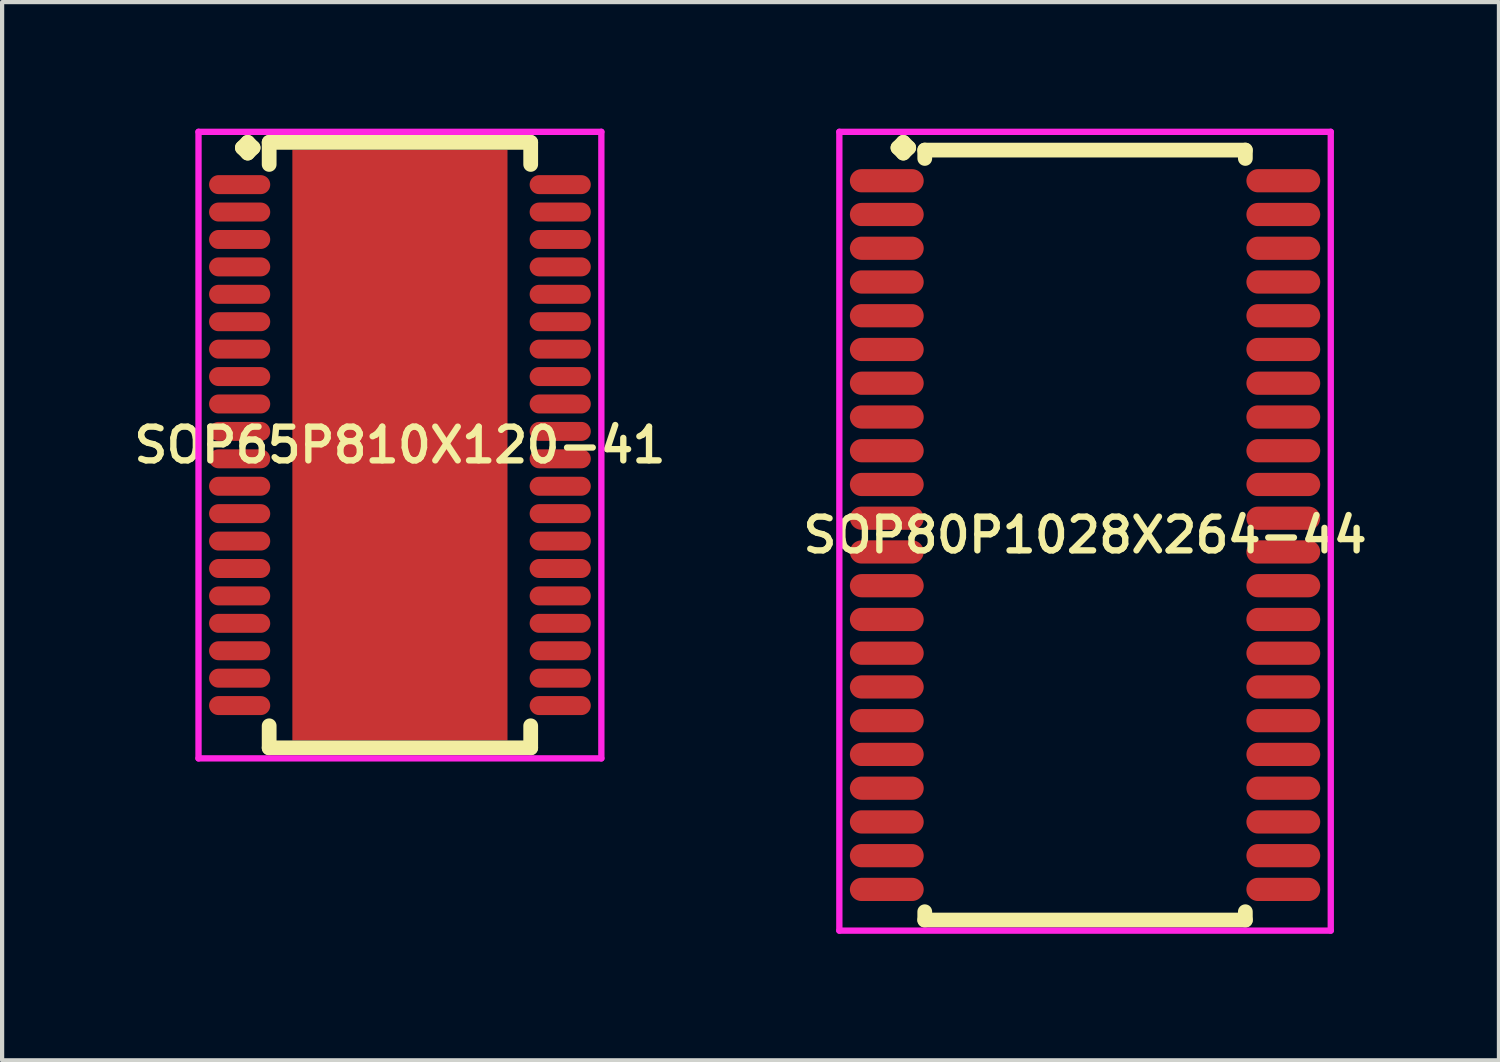
<source format=kicad_pcb>
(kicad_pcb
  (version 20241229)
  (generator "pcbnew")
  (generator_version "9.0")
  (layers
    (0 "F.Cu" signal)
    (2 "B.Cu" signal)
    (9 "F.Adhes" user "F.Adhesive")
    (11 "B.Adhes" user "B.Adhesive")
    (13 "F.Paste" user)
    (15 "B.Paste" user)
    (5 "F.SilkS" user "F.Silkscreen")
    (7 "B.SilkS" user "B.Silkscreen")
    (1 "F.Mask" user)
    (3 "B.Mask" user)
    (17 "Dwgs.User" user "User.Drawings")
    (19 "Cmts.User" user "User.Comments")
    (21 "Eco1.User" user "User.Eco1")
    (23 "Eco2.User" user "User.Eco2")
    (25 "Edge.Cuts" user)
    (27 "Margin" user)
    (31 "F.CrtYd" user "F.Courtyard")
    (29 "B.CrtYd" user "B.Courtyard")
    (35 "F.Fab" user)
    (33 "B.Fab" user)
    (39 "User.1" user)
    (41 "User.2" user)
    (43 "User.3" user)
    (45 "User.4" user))
  (footprint "SOP80P1028X264-44"
    (layer "F.Cu")
    (at 22.673 9.635)
    (property "Reference" "SOP80P1028X264-44" (at 0 0 0) (layer "F.SilkS") (effects (font (size 0.8 0.8) (thickness 0.15))))
    (attr through_hole)
    (fp_line (start -4.435 -9.183) (end -4.308 -9.31) (stroke (width 0.35) (type solid)) (layer "F.SilkS"))
    (fp_line (start -4.308 -9.31) (end -4.181 -9.183) (stroke (width 0.35) (type solid)) (layer "F.SilkS"))
    (fp_line (start -4.308 -9.056) (end -4.435 -9.183) (stroke (width 0.35) (type solid)) (layer "F.SilkS"))
    (fp_line (start -4.181 -9.183) (end -4.308 -9.056) (stroke (width 0.35) (type solid)) (layer "F.SilkS"))
    (fp_line (start -3.8 -9.127) (end 3.8 -9.127) (stroke (width 0.35) (type solid)) (layer "F.SilkS"))
    (fp_line (start -3.8 -8.929) (end -3.8 -9.127) (stroke (width 0.35) (type solid)) (layer "F.SilkS"))
    (fp_line (start -3.8 8.929) (end -3.8 9.127) (stroke (width 0.35) (type solid)) (layer "F.SilkS"))
    (fp_line (start -3.8 9.127) (end 3.8 9.127) (stroke (width 0.35) (type solid)) (layer "F.SilkS"))
    (fp_line (start 3.8 -9.127) (end 3.8 -8.929) (stroke (width 0.35) (type solid)) (layer "F.SilkS"))
    (fp_line (start 3.8 9.127) (end 3.8 8.929) (stroke (width 0.35) (type solid)) (layer "F.SilkS"))
    (fp_line (start -5.825 -9.56) (end 5.825 -9.56) (stroke (width 0.15) (type solid)) (layer "F.CrtYd"))
    (fp_line (start -5.825 9.377) (end -5.825 -9.56) (stroke (width 0.15) (type solid)) (layer "F.CrtYd"))
    (fp_line (start 5.825 -9.56) (end 5.825 9.377) (stroke (width 0.15) (type solid)) (layer "F.CrtYd"))
    (fp_line (start 5.825 9.377) (end -5.825 9.377) (stroke (width 0.15) (type solid)) (layer "F.CrtYd"))
    (pad "1" smd oval (at -4.7 -8.4) (size 1.75 0.55) (layers "F.Cu" "F.Mask" "F.Paste"))
    (pad "2" smd oval (at -4.7 -7.6) (size 1.75 0.55) (layers "F.Cu" "F.Mask" "F.Paste"))
    (pad "3" smd oval (at -4.7 -6.8) (size 1.75 0.55) (layers "F.Cu" "F.Mask" "F.Paste"))
    (pad "4" smd oval (at -4.7 -6) (size 1.75 0.55) (layers "F.Cu" "F.Mask" "F.Paste"))
    (pad "5" smd oval (at -4.7 -5.2) (size 1.75 0.55) (layers "F.Cu" "F.Mask" "F.Paste"))
    (pad "6" smd oval (at -4.7 -4.4) (size 1.75 0.55) (layers "F.Cu" "F.Mask" "F.Paste"))
    (pad "7" smd oval (at -4.7 -3.6) (size 1.75 0.55) (layers "F.Cu" "F.Mask" "F.Paste"))
    (pad "8" smd oval (at -4.7 -2.8) (size 1.75 0.55) (layers "F.Cu" "F.Mask" "F.Paste"))
    (pad "9" smd oval (at -4.7 -2) (size 1.75 0.55) (layers "F.Cu" "F.Mask" "F.Paste"))
    (pad "10" smd oval (at -4.7 -1.2) (size 1.75 0.55) (layers "F.Cu" "F.Mask" "F.Paste"))
    (pad "11" smd oval (at -4.7 -0.4) (size 1.75 0.55) (layers "F.Cu" "F.Mask" "F.Paste"))
    (pad "12" smd oval (at -4.7 0.4) (size 1.75 0.55) (layers "F.Cu" "F.Mask" "F.Paste"))
    (pad "13" smd oval (at -4.7 1.2) (size 1.75 0.55) (layers "F.Cu" "F.Mask" "F.Paste"))
    (pad "14" smd oval (at -4.7 2) (size 1.75 0.55) (layers "F.Cu" "F.Mask" "F.Paste"))
    (pad "15" smd oval (at -4.7 2.8) (size 1.75 0.55) (layers "F.Cu" "F.Mask" "F.Paste"))
    (pad "16" smd oval (at -4.7 3.6) (size 1.75 0.55) (layers "F.Cu" "F.Mask" "F.Paste"))
    (pad "17" smd oval (at -4.7 4.4) (size 1.75 0.55) (layers "F.Cu" "F.Mask" "F.Paste"))
    (pad "18" smd oval (at -4.7 5.2) (size 1.75 0.55) (layers "F.Cu" "F.Mask" "F.Paste"))
    (pad "19" smd oval (at -4.7 6) (size 1.75 0.55) (layers "F.Cu" "F.Mask" "F.Paste"))
    (pad "20" smd oval (at -4.7 6.8) (size 1.75 0.55) (layers "F.Cu" "F.Mask" "F.Paste"))
    (pad "21" smd oval (at -4.7 7.6) (size 1.75 0.55) (layers "F.Cu" "F.Mask" "F.Paste"))
    (pad "22" smd oval (at -4.7 8.4) (size 1.75 0.55) (layers "F.Cu" "F.Mask" "F.Paste"))
    (pad "23" smd oval (at 4.7 8.4) (size 1.75 0.55) (layers "F.Cu" "F.Mask" "F.Paste"))
    (pad "24" smd oval (at 4.7 7.6) (size 1.75 0.55) (layers "F.Cu" "F.Mask" "F.Paste"))
    (pad "25" smd oval (at 4.7 6.8) (size 1.75 0.55) (layers "F.Cu" "F.Mask" "F.Paste"))
    (pad "26" smd oval (at 4.7 6) (size 1.75 0.55) (layers "F.Cu" "F.Mask" "F.Paste"))
    (pad "27" smd oval (at 4.7 5.2) (size 1.75 0.55) (layers "F.Cu" "F.Mask" "F.Paste"))
    (pad "28" smd oval (at 4.7 4.4) (size 1.75 0.55) (layers "F.Cu" "F.Mask" "F.Paste"))
    (pad "29" smd oval (at 4.7 3.6) (size 1.75 0.55) (layers "F.Cu" "F.Mask" "F.Paste"))
    (pad "30" smd oval (at 4.7 2.8) (size 1.75 0.55) (layers "F.Cu" "F.Mask" "F.Paste"))
    (pad "31" smd oval (at 4.7 2) (size 1.75 0.55) (layers "F.Cu" "F.Mask" "F.Paste"))
    (pad "32" smd oval (at 4.7 1.2) (size 1.75 0.55) (layers "F.Cu" "F.Mask" "F.Paste"))
    (pad "33" smd oval (at 4.7 0.4) (size 1.75 0.55) (layers "F.Cu" "F.Mask" "F.Paste"))
    (pad "34" smd oval (at 4.7 -0.4) (size 1.75 0.55) (layers "F.Cu" "F.Mask" "F.Paste"))
    (pad "35" smd oval (at 4.7 -1.2) (size 1.75 0.55) (layers "F.Cu" "F.Mask" "F.Paste"))
    (pad "36" smd oval (at 4.7 -2) (size 1.75 0.55) (layers "F.Cu" "F.Mask" "F.Paste"))
    (pad "37" smd oval (at 4.7 -2.8) (size 1.75 0.55) (layers "F.Cu" "F.Mask" "F.Paste"))
    (pad "38" smd oval (at 4.7 -3.6) (size 1.75 0.55) (layers "F.Cu" "F.Mask" "F.Paste"))
    (pad "39" smd oval (at 4.7 -4.4) (size 1.75 0.55) (layers "F.Cu" "F.Mask" "F.Paste"))
    (pad "40" smd oval (at 4.7 -5.2) (size 1.75 0.55) (layers "F.Cu" "F.Mask" "F.Paste"))
    (pad "41" smd oval (at 4.7 -6) (size 1.75 0.55) (layers "F.Cu" "F.Mask" "F.Paste"))
    (pad "42" smd oval (at 4.7 -6.8) (size 1.75 0.55) (layers "F.Cu" "F.Mask" "F.Paste"))
    (pad "43" smd oval (at 4.7 -7.6) (size 1.75 0.55) (layers "F.Cu" "F.Mask" "F.Paste"))
    (pad "44" smd oval (at 4.7 -8.4) (size 1.75 0.55) (layers "F.Cu" "F.Mask" "F.Paste")))
  (footprint "SOP65P810X120-41"
    (layer "F.Cu")
    (at 6.431 7.502)
    (property "Reference" "SOP65P810X120-41" (at 0 0 0) (layer "F.SilkS") (effects (font (size 0.8 0.8) (thickness 0.15))))
    (attr smd)
    (fp_line (start -3.735 -7.05) (end -3.608 -7.177) (stroke (width 0.35) (type solid)) (layer "F.SilkS"))
    (fp_line (start -3.608 -7.177) (end -3.481 -7.05) (stroke (width 0.35) (type solid)) (layer "F.SilkS"))
    (fp_line (start -3.608 -6.923) (end -3.735 -7.05) (stroke (width 0.35) (type solid)) (layer "F.SilkS"))
    (fp_line (start -3.481 -7.05) (end -3.608 -6.923) (stroke (width 0.35) (type solid)) (layer "F.SilkS"))
    (fp_line (start -3.1 -7.177) (end 3.1 -7.177) (stroke (width 0.35) (type solid)) (layer "F.SilkS"))
    (fp_line (start -3.1 -6.654) (end -3.1 -7.177) (stroke (width 0.35) (type solid)) (layer "F.SilkS"))
    (fp_line (start -3.1 6.654) (end -3.1 7.177) (stroke (width 0.35) (type solid)) (layer "F.SilkS"))
    (fp_line (start -3.1 7.177) (end 3.1 7.177) (stroke (width 0.35) (type solid)) (layer "F.SilkS"))
    (fp_line (start 3.1 -7.177) (end 3.1 -6.654) (stroke (width 0.35) (type solid)) (layer "F.SilkS"))
    (fp_line (start 3.1 7.177) (end 3.1 6.654) (stroke (width 0.35) (type solid)) (layer "F.SilkS"))
    (fp_line (start -4.775 -7.427) (end 4.775 -7.427) (stroke (width 0.15) (type solid)) (layer "F.CrtYd"))
    (fp_line (start -4.775 7.427) (end -4.775 -7.427) (stroke (width 0.15) (type solid)) (layer "F.CrtYd"))
    (fp_line (start 4.775 -7.427) (end 4.775 7.427) (stroke (width 0.15) (type solid)) (layer "F.CrtYd"))
    (fp_line (start 4.775 7.427) (end -4.775 7.427) (stroke (width 0.15) (type solid)) (layer "F.CrtYd"))
    (pad "1" smd oval (at -3.8 -6.175) (size 1.45 0.45) (layers "F.Cu" "F.Mask" "F.Paste"))
    (pad "2" smd oval (at -3.8 -5.525) (size 1.45 0.45) (layers "F.Cu" "F.Mask" "F.Paste"))
    (pad "3" smd oval (at -3.8 -4.875) (size 1.45 0.45) (layers "F.Cu" "F.Mask" "F.Paste"))
    (pad "4" smd oval (at -3.8 -4.225) (size 1.45 0.45) (layers "F.Cu" "F.Mask" "F.Paste"))
    (pad "5" smd oval (at -3.8 -3.575) (size 1.45 0.45) (layers "F.Cu" "F.Mask" "F.Paste"))
    (pad "6" smd oval (at -3.8 -2.925) (size 1.45 0.45) (layers "F.Cu" "F.Mask" "F.Paste"))
    (pad "7" smd oval (at -3.8 -2.275) (size 1.45 0.45) (layers "F.Cu" "F.Mask" "F.Paste"))
    (pad "8" smd oval (at -3.8 -1.625) (size 1.45 0.45) (layers "F.Cu" "F.Mask" "F.Paste"))
    (pad "9" smd oval (at -3.8 -0.975) (size 1.45 0.45) (layers "F.Cu" "F.Mask" "F.Paste"))
    (pad "10" smd oval (at -3.8 -0.325) (size 1.45 0.45) (layers "F.Cu" "F.Mask" "F.Paste"))
    (pad "11" smd oval (at -3.8 0.325) (size 1.45 0.45) (layers "F.Cu" "F.Mask" "F.Paste"))
    (pad "12" smd oval (at -3.8 0.975) (size 1.45 0.45) (layers "F.Cu" "F.Mask" "F.Paste"))
    (pad "13" smd oval (at -3.8 1.625) (size 1.45 0.45) (layers "F.Cu" "F.Mask" "F.Paste"))
    (pad "14" smd oval (at -3.8 2.275) (size 1.45 0.45) (layers "F.Cu" "F.Mask" "F.Paste"))
    (pad "15" smd oval (at -3.8 2.925) (size 1.45 0.45) (layers "F.Cu" "F.Mask" "F.Paste"))
    (pad "16" smd oval (at -3.8 3.575) (size 1.45 0.45) (layers "F.Cu" "F.Mask" "F.Paste"))
    (pad "17" smd oval (at -3.8 4.225) (size 1.45 0.45) (layers "F.Cu" "F.Mask" "F.Paste"))
    (pad "18" smd oval (at -3.8 4.875) (size 1.45 0.45) (layers "F.Cu" "F.Mask" "F.Paste"))
    (pad "19" smd oval (at -3.8 5.525) (size 1.45 0.45) (layers "F.Cu" "F.Mask" "F.Paste"))
    (pad "20" smd oval (at -3.8 6.175) (size 1.45 0.45) (layers "F.Cu" "F.Mask" "F.Paste"))
    (pad "21" smd oval (at 3.8 6.175) (size 1.45 0.45) (layers "F.Cu" "F.Mask" "F.Paste"))
    (pad "22" smd oval (at 3.8 5.525) (size 1.45 0.45) (layers "F.Cu" "F.Mask" "F.Paste"))
    (pad "23" smd oval (at 3.8 4.875) (size 1.45 0.45) (layers "F.Cu" "F.Mask" "F.Paste"))
    (pad "24" smd oval (at 3.8 4.225) (size 1.45 0.45) (layers "F.Cu" "F.Mask" "F.Paste"))
    (pad "25" smd oval (at 3.8 3.575) (size 1.45 0.45) (layers "F.Cu" "F.Mask" "F.Paste"))
    (pad "26" smd oval (at 3.8 2.925) (size 1.45 0.45) (layers "F.Cu" "F.Mask" "F.Paste"))
    (pad "27" smd oval (at 3.8 2.275) (size 1.45 0.45) (layers "F.Cu" "F.Mask" "F.Paste"))
    (pad "28" smd oval (at 3.8 1.625) (size 1.45 0.45) (layers "F.Cu" "F.Mask" "F.Paste"))
    (pad "29" smd oval (at 3.8 0.975) (size 1.45 0.45) (layers "F.Cu" "F.Mask" "F.Paste"))
    (pad "30" smd oval (at 3.8 0.325) (size 1.45 0.45) (layers "F.Cu" "F.Mask" "F.Paste"))
    (pad "31" smd oval (at 3.8 -0.325) (size 1.45 0.45) (layers "F.Cu" "F.Mask" "F.Paste"))
    (pad "32" smd oval (at 3.8 -0.975) (size 1.45 0.45) (layers "F.Cu" "F.Mask" "F.Paste"))
    (pad "33" smd oval (at 3.8 -1.625) (size 1.45 0.45) (layers "F.Cu" "F.Mask" "F.Paste"))
    (pad "34" smd oval (at 3.8 -2.275) (size 1.45 0.45) (layers "F.Cu" "F.Mask" "F.Paste"))
    (pad "35" smd oval (at 3.8 -2.925) (size 1.45 0.45) (layers "F.Cu" "F.Mask" "F.Paste"))
    (pad "36" smd oval (at 3.8 -3.575) (size 1.45 0.45) (layers "F.Cu" "F.Mask" "F.Paste"))
    (pad "37" smd oval (at 3.8 -4.225) (size 1.45 0.45) (layers "F.Cu" "F.Mask" "F.Paste"))
    (pad "38" smd oval (at 3.8 -4.875) (size 1.45 0.45) (layers "F.Cu" "F.Mask" "F.Paste"))
    (pad "39" smd oval (at 3.8 -5.525) (size 1.45 0.45) (layers "F.Cu" "F.Mask" "F.Paste"))
    (pad "40" smd oval (at 3.8 -6.175) (size 1.45 0.45) (layers "F.Cu" "F.Mask" "F.Paste"))
    (pad "41" smd rect (at 0 0) (size 5.1 14) (layers "F.Cu" "F.Mask" "F.Paste")))
  (gr_rect
    (start -3 -3)
    (end 32.485 22.087)
    (stroke (width 0.1) (type default))
    (fill no)
    (layer "Edge.Cuts")))
</source>
